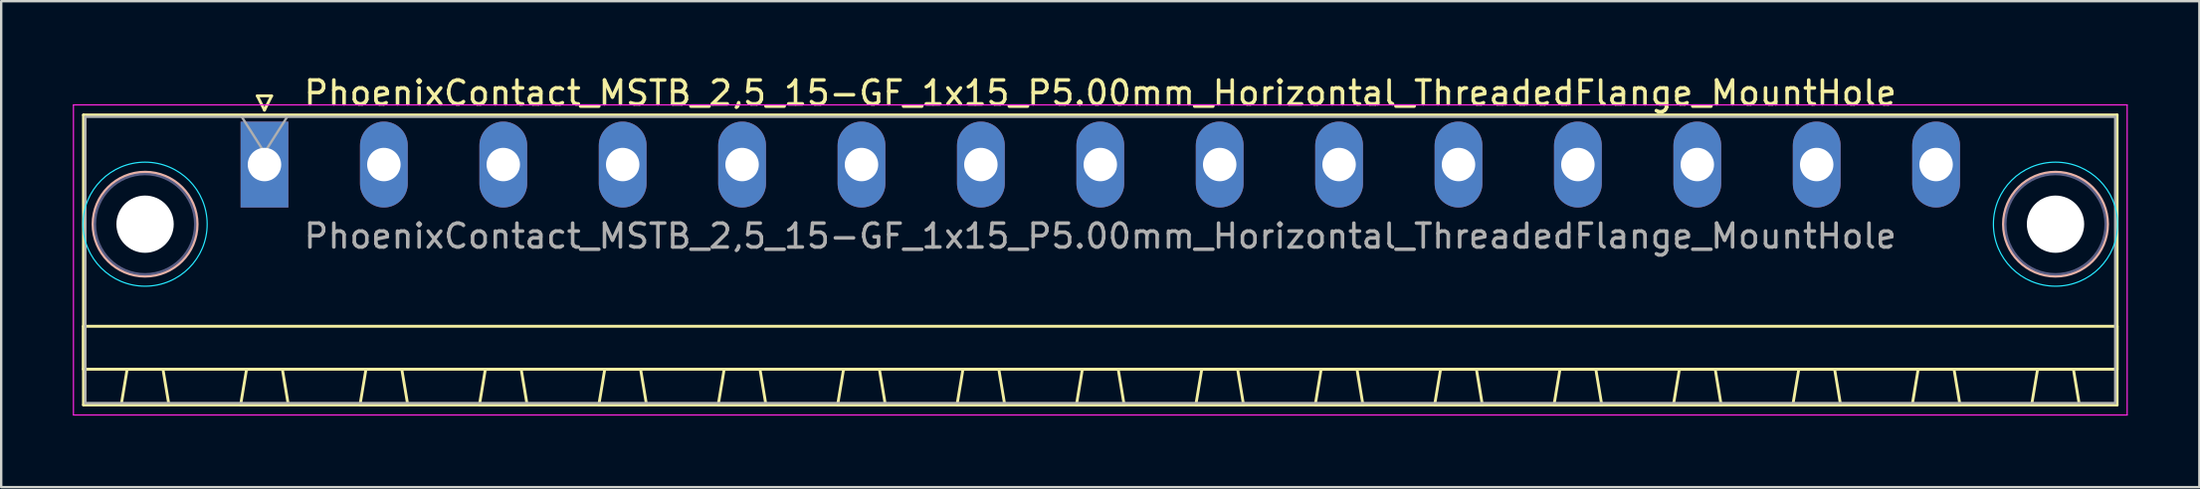
<source format=kicad_pcb>
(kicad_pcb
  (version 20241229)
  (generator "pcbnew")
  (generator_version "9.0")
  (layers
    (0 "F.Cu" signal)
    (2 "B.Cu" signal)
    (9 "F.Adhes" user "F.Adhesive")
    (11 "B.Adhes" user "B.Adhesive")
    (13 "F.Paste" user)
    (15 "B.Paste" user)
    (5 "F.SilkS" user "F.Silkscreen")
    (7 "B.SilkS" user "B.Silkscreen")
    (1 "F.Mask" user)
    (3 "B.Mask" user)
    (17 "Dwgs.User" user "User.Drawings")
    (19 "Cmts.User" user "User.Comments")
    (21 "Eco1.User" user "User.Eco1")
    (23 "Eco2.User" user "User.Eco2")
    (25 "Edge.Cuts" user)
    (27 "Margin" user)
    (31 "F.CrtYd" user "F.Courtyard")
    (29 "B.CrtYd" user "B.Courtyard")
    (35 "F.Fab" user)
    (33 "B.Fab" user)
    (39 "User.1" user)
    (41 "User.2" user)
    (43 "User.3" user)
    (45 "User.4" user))
  (footprint "PhoenixContact_MSTB_2,5_15-GF_1x15_P5.00mm_Horizontal_ThreadedFlange_MountHole"
    (layer "F.Cu")
    (at 8.025 3.848)
    (property "Reference" "PhoenixContact_MSTB_2,5_15-GF_1x15_P5.00mm_Horizontal_ThreadedFlange_MountHole" (at 35 -3 0) (layer "F.SilkS") (effects (font (size 1 1) (thickness 0.15))))
    (attr through_hole)
    (fp_line (start -7.58 -2.08) (end -7.58 10.08) (stroke (width 0.12) (type solid)) (layer "F.SilkS"))
    (fp_line (start -7.58 6.78) (end 77.58 6.78) (stroke (width 0.12) (type solid)) (layer "F.SilkS"))
    (fp_line (start -7.58 8.58) (end -7.58 6.78) (stroke (width 0.12) (type solid)) (layer "F.SilkS"))
    (fp_line (start -7.58 10.08) (end 77.58 10.08) (stroke (width 0.12) (type solid)) (layer "F.SilkS"))
    (fp_line (start -6 10.08) (end -4 10.08) (stroke (width 0.12) (type solid)) (layer "F.SilkS"))
    (fp_line (start -5.75 8.58) (end -6 10.08) (stroke (width 0.12) (type solid)) (layer "F.SilkS"))
    (fp_line (start -4.25 8.58) (end -5.75 8.58) (stroke (width 0.12) (type solid)) (layer "F.SilkS"))
    (fp_line (start -4 10.08) (end -4.25 8.58) (stroke (width 0.12) (type solid)) (layer "F.SilkS"))
    (fp_line (start -1 10.08) (end 1 10.08) (stroke (width 0.12) (type solid)) (layer "F.SilkS"))
    (fp_line (start -0.75 8.58) (end -1 10.08) (stroke (width 0.12) (type solid)) (layer "F.SilkS"))
    (fp_line (start -0.3 -2.88) (end 0.3 -2.88) (stroke (width 0.12) (type solid)) (layer "F.SilkS"))
    (fp_line (start 0 -2.28) (end -0.3 -2.88) (stroke (width 0.12) (type solid)) (layer "F.SilkS"))
    (fp_line (start 0.3 -2.88) (end 0 -2.28) (stroke (width 0.12) (type solid)) (layer "F.SilkS"))
    (fp_line (start 0.75 8.58) (end -0.75 8.58) (stroke (width 0.12) (type solid)) (layer "F.SilkS"))
    (fp_line (start 1 10.08) (end 0.75 8.58) (stroke (width 0.12) (type solid)) (layer "F.SilkS"))
    (fp_line (start 4 10.08) (end 6 10.08) (stroke (width 0.12) (type solid)) (layer "F.SilkS"))
    (fp_line (start 4.25 8.58) (end 4 10.08) (stroke (width 0.12) (type solid)) (layer "F.SilkS"))
    (fp_line (start 5.75 8.58) (end 4.25 8.58) (stroke (width 0.12) (type solid)) (layer "F.SilkS"))
    (fp_line (start 6 10.08) (end 5.75 8.58) (stroke (width 0.12) (type solid)) (layer "F.SilkS"))
    (fp_line (start 9 10.08) (end 11 10.08) (stroke (width 0.12) (type solid)) (layer "F.SilkS"))
    (fp_line (start 9.25 8.58) (end 9 10.08) (stroke (width 0.12) (type solid)) (layer "F.SilkS"))
    (fp_line (start 10.75 8.58) (end 9.25 8.58) (stroke (width 0.12) (type solid)) (layer "F.SilkS"))
    (fp_line (start 11 10.08) (end 10.75 8.58) (stroke (width 0.12) (type solid)) (layer "F.SilkS"))
    (fp_line (start 14 10.08) (end 16 10.08) (stroke (width 0.12) (type solid)) (layer "F.SilkS"))
    (fp_line (start 14.25 8.58) (end 14 10.08) (stroke (width 0.12) (type solid)) (layer "F.SilkS"))
    (fp_line (start 15.75 8.58) (end 14.25 8.58) (stroke (width 0.12) (type solid)) (layer "F.SilkS"))
    (fp_line (start 16 10.08) (end 15.75 8.58) (stroke (width 0.12) (type solid)) (layer "F.SilkS"))
    (fp_line (start 19 10.08) (end 21 10.08) (stroke (width 0.12) (type solid)) (layer "F.SilkS"))
    (fp_line (start 19.25 8.58) (end 19 10.08) (stroke (width 0.12) (type solid)) (layer "F.SilkS"))
    (fp_line (start 20.75 8.58) (end 19.25 8.58) (stroke (width 0.12) (type solid)) (layer "F.SilkS"))
    (fp_line (start 21 10.08) (end 20.75 8.58) (stroke (width 0.12) (type solid)) (layer "F.SilkS"))
    (fp_line (start 24 10.08) (end 26 10.08) (stroke (width 0.12) (type solid)) (layer "F.SilkS"))
    (fp_line (start 24.25 8.58) (end 24 10.08) (stroke (width 0.12) (type solid)) (layer "F.SilkS"))
    (fp_line (start 25.75 8.58) (end 24.25 8.58) (stroke (width 0.12) (type solid)) (layer "F.SilkS"))
    (fp_line (start 26 10.08) (end 25.75 8.58) (stroke (width 0.12) (type solid)) (layer "F.SilkS"))
    (fp_line (start 29 10.08) (end 31 10.08) (stroke (width 0.12) (type solid)) (layer "F.SilkS"))
    (fp_line (start 29.25 8.58) (end 29 10.08) (stroke (width 0.12) (type solid)) (layer "F.SilkS"))
    (fp_line (start 30.75 8.58) (end 29.25 8.58) (stroke (width 0.12) (type solid)) (layer "F.SilkS"))
    (fp_line (start 31 10.08) (end 30.75 8.58) (stroke (width 0.12) (type solid)) (layer "F.SilkS"))
    (fp_line (start 34 10.08) (end 36 10.08) (stroke (width 0.12) (type solid)) (layer "F.SilkS"))
    (fp_line (start 34.25 8.58) (end 34 10.08) (stroke (width 0.12) (type solid)) (layer "F.SilkS"))
    (fp_line (start 35.75 8.58) (end 34.25 8.58) (stroke (width 0.12) (type solid)) (layer "F.SilkS"))
    (fp_line (start 36 10.08) (end 35.75 8.58) (stroke (width 0.12) (type solid)) (layer "F.SilkS"))
    (fp_line (start 39 10.08) (end 41 10.08) (stroke (width 0.12) (type solid)) (layer "F.SilkS"))
    (fp_line (start 39.25 8.58) (end 39 10.08) (stroke (width 0.12) (type solid)) (layer "F.SilkS"))
    (fp_line (start 40.75 8.58) (end 39.25 8.58) (stroke (width 0.12) (type solid)) (layer "F.SilkS"))
    (fp_line (start 41 10.08) (end 40.75 8.58) (stroke (width 0.12) (type solid)) (layer "F.SilkS"))
    (fp_line (start 44 10.08) (end 46 10.08) (stroke (width 0.12) (type solid)) (layer "F.SilkS"))
    (fp_line (start 44.25 8.58) (end 44 10.08) (stroke (width 0.12) (type solid)) (layer "F.SilkS"))
    (fp_line (start 45.75 8.58) (end 44.25 8.58) (stroke (width 0.12) (type solid)) (layer "F.SilkS"))
    (fp_line (start 46 10.08) (end 45.75 8.58) (stroke (width 0.12) (type solid)) (layer "F.SilkS"))
    (fp_line (start 49 10.08) (end 51 10.08) (stroke (width 0.12) (type solid)) (layer "F.SilkS"))
    (fp_line (start 49.25 8.58) (end 49 10.08) (stroke (width 0.12) (type solid)) (layer "F.SilkS"))
    (fp_line (start 50.75 8.58) (end 49.25 8.58) (stroke (width 0.12) (type solid)) (layer "F.SilkS"))
    (fp_line (start 51 10.08) (end 50.75 8.58) (stroke (width 0.12) (type solid)) (layer "F.SilkS"))
    (fp_line (start 54 10.08) (end 56 10.08) (stroke (width 0.12) (type solid)) (layer "F.SilkS"))
    (fp_line (start 54.25 8.58) (end 54 10.08) (stroke (width 0.12) (type solid)) (layer "F.SilkS"))
    (fp_line (start 55.75 8.58) (end 54.25 8.58) (stroke (width 0.12) (type solid)) (layer "F.SilkS"))
    (fp_line (start 56 10.08) (end 55.75 8.58) (stroke (width 0.12) (type solid)) (layer "F.SilkS"))
    (fp_line (start 59 10.08) (end 61 10.08) (stroke (width 0.12) (type solid)) (layer "F.SilkS"))
    (fp_line (start 59.25 8.58) (end 59 10.08) (stroke (width 0.12) (type solid)) (layer "F.SilkS"))
    (fp_line (start 60.75 8.58) (end 59.25 8.58) (stroke (width 0.12) (type solid)) (layer "F.SilkS"))
    (fp_line (start 61 10.08) (end 60.75 8.58) (stroke (width 0.12) (type solid)) (layer "F.SilkS"))
    (fp_line (start 64 10.08) (end 66 10.08) (stroke (width 0.12) (type solid)) (layer "F.SilkS"))
    (fp_line (start 64.25 8.58) (end 64 10.08) (stroke (width 0.12) (type solid)) (layer "F.SilkS"))
    (fp_line (start 65.75 8.58) (end 64.25 8.58) (stroke (width 0.12) (type solid)) (layer "F.SilkS"))
    (fp_line (start 66 10.08) (end 65.75 8.58) (stroke (width 0.12) (type solid)) (layer "F.SilkS"))
    (fp_line (start 69 10.08) (end 71 10.08) (stroke (width 0.12) (type solid)) (layer "F.SilkS"))
    (fp_line (start 69.25 8.58) (end 69 10.08) (stroke (width 0.12) (type solid)) (layer "F.SilkS"))
    (fp_line (start 70.75 8.58) (end 69.25 8.58) (stroke (width 0.12) (type solid)) (layer "F.SilkS"))
    (fp_line (start 71 10.08) (end 70.75 8.58) (stroke (width 0.12) (type solid)) (layer "F.SilkS"))
    (fp_line (start 74 10.08) (end 76 10.08) (stroke (width 0.12) (type solid)) (layer "F.SilkS"))
    (fp_line (start 74.25 8.58) (end 74 10.08) (stroke (width 0.12) (type solid)) (layer "F.SilkS"))
    (fp_line (start 75.75 8.58) (end 74.25 8.58) (stroke (width 0.12) (type solid)) (layer "F.SilkS"))
    (fp_line (start 76 10.08) (end 75.75 8.58) (stroke (width 0.12) (type solid)) (layer "F.SilkS"))
    (fp_line (start 77.58 -2.08) (end -7.58 -2.08) (stroke (width 0.12) (type solid)) (layer "F.SilkS"))
    (fp_line (start 77.58 6.78) (end 77.58 8.58) (stroke (width 0.12) (type solid)) (layer "F.SilkS"))
    (fp_line (start 77.58 8.58) (end -7.58 8.58) (stroke (width 0.12) (type solid)) (layer "F.SilkS"))
    (fp_line (start 77.58 10.08) (end 77.58 -2.08) (stroke (width 0.12) (type solid)) (layer "F.SilkS"))
    (fp_circle (center -5 2.5) (end -2.82 2.5) (stroke (width 0.12) (type solid)) (fill no) (layer "B.SilkS"))
    (fp_circle (center 75 2.5) (end 77.18 2.5) (stroke (width 0.12) (type solid)) (fill no) (layer "B.SilkS"))
    (fp_circle (center -5 2.5) (end -2.4 2.5) (stroke (width 0.05) (type solid)) (fill no) (layer "B.CrtYd"))
    (fp_circle (center 75 2.5) (end 77.6 2.5) (stroke (width 0.05) (type solid)) (fill no) (layer "B.CrtYd"))
    (fp_line (start -8 -2.5) (end -8 10.5) (stroke (width 0.05) (type solid)) (layer "F.CrtYd"))
    (fp_line (start -8 10.5) (end 78 10.5) (stroke (width 0.05) (type solid)) (layer "F.CrtYd"))
    (fp_line (start 78 -2.5) (end -8 -2.5) (stroke (width 0.05) (type solid)) (layer "F.CrtYd"))
    (fp_line (start 78 10.5) (end 78 -2.5) (stroke (width 0.05) (type solid)) (layer "F.CrtYd"))
    (fp_circle (center -5 2.5) (end -2.9 2.5) (stroke (width 0.1) (type solid)) (fill no) (layer "B.Fab"))
    (fp_circle (center 75 2.5) (end 77.1 2.5) (stroke (width 0.1) (type solid)) (fill no) (layer "B.Fab"))
    (fp_line (start -7.5 -2) (end -7.5 10) (stroke (width 0.1) (type solid)) (layer "F.Fab"))
    (fp_line (start -7.5 10) (end 77.5 10) (stroke (width 0.1) (type solid)) (layer "F.Fab"))
    (fp_line (start 0 -0.5) (end -0.95 -2) (stroke (width 0.1) (type solid)) (layer "F.Fab"))
    (fp_line (start 0.95 -2) (end 0 -0.5) (stroke (width 0.1) (type solid)) (layer "F.Fab"))
    (fp_line (start 77.5 -2) (end -7.5 -2) (stroke (width 0.1) (type solid)) (layer "F.Fab"))
    (fp_line (start 77.5 10) (end 77.5 -2) (stroke (width 0.1) (type solid)) (layer "F.Fab"))
    (fp_text user "${REFERENCE}" (at 35 3 0) (layer "F.Fab") (effects (font (size 1 1) (thickness 0.15))))
    (pad "" np_thru_hole circle (at -5 2.5) (size 2.4 2.4) (drill 2.4) (layers "*.Cu" "*.Mask"))
    (pad "" np_thru_hole circle (at 75 2.5) (size 2.4 2.4) (drill 2.4) (layers "*.Cu" "*.Mask"))
    (pad "1" thru_hole rect (at 0 0) (size 2 3.6) (drill 1.4) (layers "*.Cu" "*.Mask"))
    (pad "2" thru_hole oval (at 5 0) (size 2 3.6) (drill 1.4) (layers "*.Cu" "*.Mask"))
    (pad "3" thru_hole oval (at 10 0) (size 2 3.6) (drill 1.4) (layers "*.Cu" "*.Mask"))
    (pad "4" thru_hole oval (at 15 0) (size 2 3.6) (drill 1.4) (layers "*.Cu" "*.Mask"))
    (pad "5" thru_hole oval (at 20 0) (size 2 3.6) (drill 1.4) (layers "*.Cu" "*.Mask"))
    (pad "6" thru_hole oval (at 25 0) (size 2 3.6) (drill 1.4) (layers "*.Cu" "*.Mask"))
    (pad "7" thru_hole oval (at 30 0) (size 2 3.6) (drill 1.4) (layers "*.Cu" "*.Mask"))
    (pad "8" thru_hole oval (at 35 0) (size 2 3.6) (drill 1.4) (layers "*.Cu" "*.Mask"))
    (pad "9" thru_hole oval (at 40 0) (size 2 3.6) (drill 1.4) (layers "*.Cu" "*.Mask"))
    (pad "10" thru_hole oval (at 45 0) (size 2 3.6) (drill 1.4) (layers "*.Cu" "*.Mask"))
    (pad "11" thru_hole oval (at 50 0) (size 2 3.6) (drill 1.4) (layers "*.Cu" "*.Mask"))
    (pad "12" thru_hole oval (at 55 0) (size 2 3.6) (drill 1.4) (layers "*.Cu" "*.Mask"))
    (pad "13" thru_hole oval (at 60 0) (size 2 3.6) (drill 1.4) (layers "*.Cu" "*.Mask"))
    (pad "14" thru_hole oval (at 65 0) (size 2 3.6) (drill 1.4) (layers "*.Cu" "*.Mask"))
    (pad "15" thru_hole oval (at 70 0) (size 2 3.6) (drill 1.4) (layers "*.Cu" "*.Mask")))
  (gr_rect
    (start -3 -3)
    (end 89.05 17.373)
    (stroke (width 0.1) (type default))
    (fill no)
    (layer "Edge.Cuts")))
</source>
